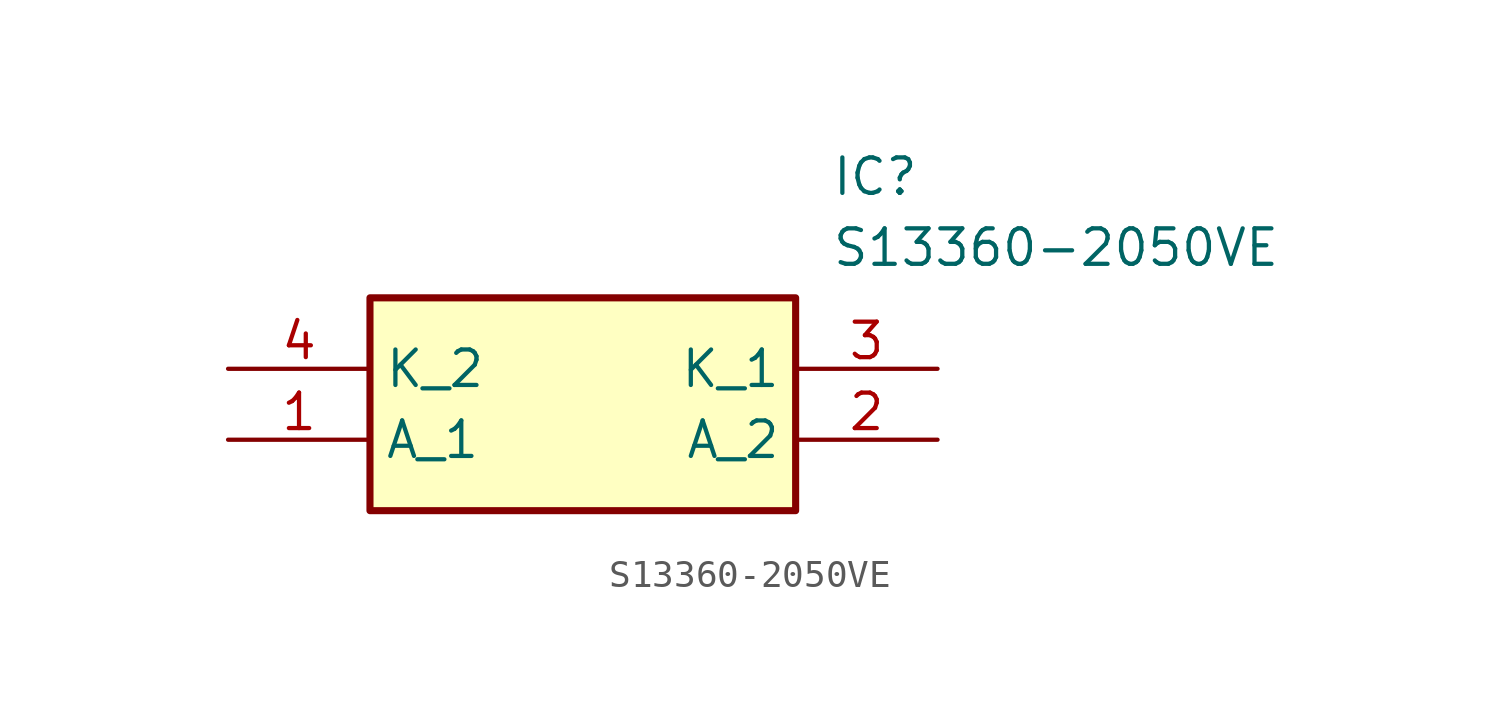
<source format=kicad_sym>
(kicad_symbol_lib
  (version 20211014)
  (generator SamacSys_ECAD_Model)
  (symbol "S13360-2050VE"
    (property "Reference" "IC"
      (at 21.59 7.62 0)
      (effects (font (size 1.27 1.27)) (justify left top)))
    (property "Value" "S13360-2050VE"
      (at 21.59 5.08 0)
      (effects (font (size 1.27 1.27)) (justify left top)))
    (rectangle
      (start 5.08 2.54)
      (end 20.32 -5.08)
      (stroke (width 0.254) (type default))
      (fill (type background)))
    (pin passive line
      (at 0 -2.54 0)
      (length 5.08)
      (name "A_1" (effects (font (size 1.27 1.27))))
      (number "1" (effects (font (size 1.27 1.27)))))
    (pin passive line
      (at 25.4 -2.54 180)
      (length 5.08)
      (name "A_2" (effects (font (size 1.27 1.27))))
      (number "2" (effects (font (size 1.27 1.27)))))
    (pin passive line
      (at 25.4 0 180)
      (length 5.08)
      (name "K_1" (effects (font (size 1.27 1.27))))
      (number "3" (effects (font (size 1.27 1.27)))))
    (pin passive line
      (at 0 0 0)
      (length 5.08)
      (name "K_2" (effects (font (size 1.27 1.27))))
      (number "4" (effects (font (size 1.27 1.27)))))))
</source>
